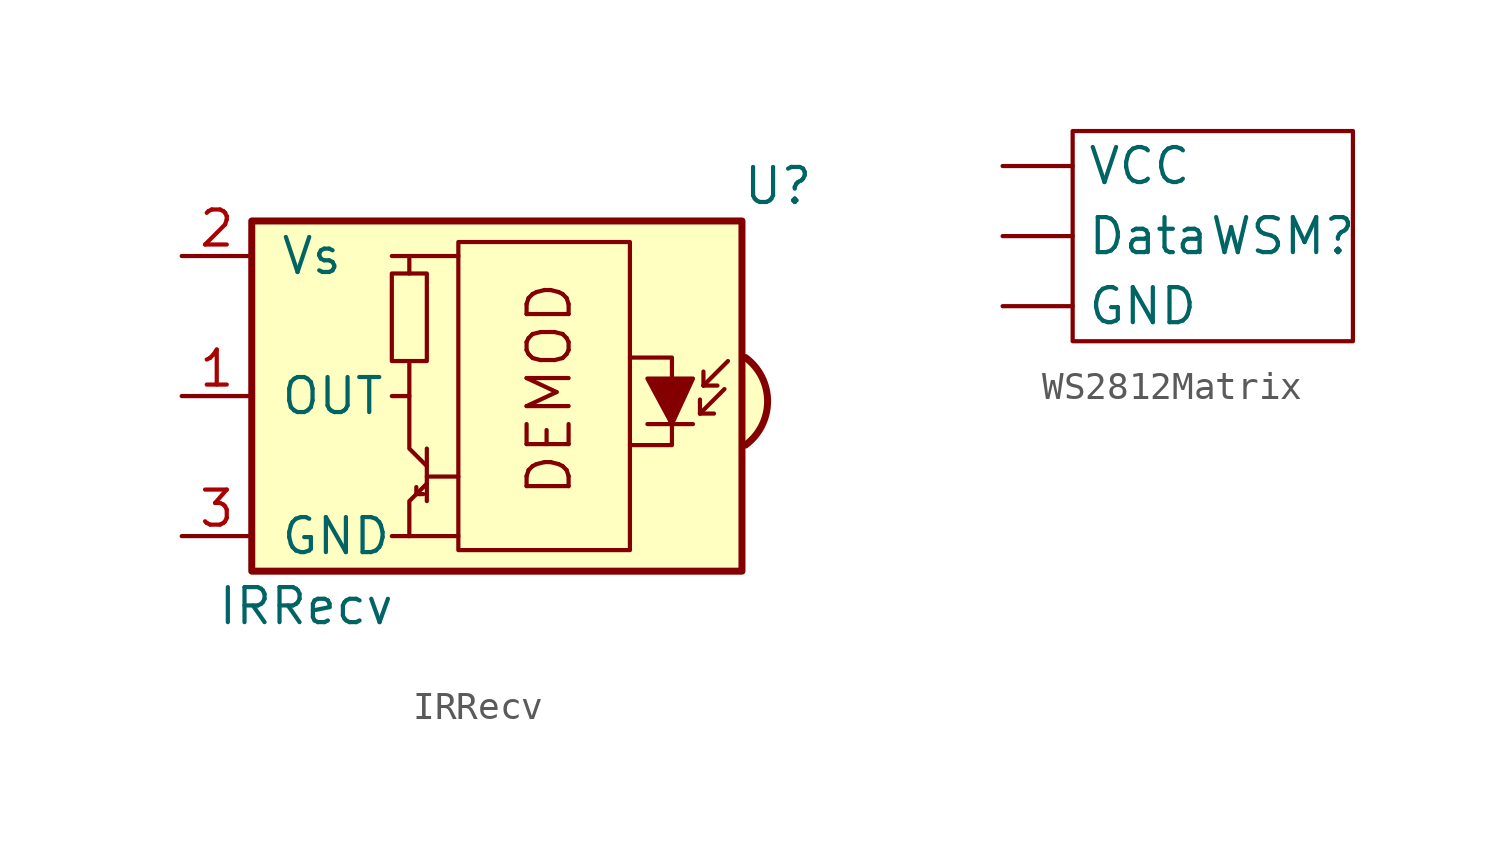
<source format=kicad_sym>
(kicad_symbol_lib
  (version 20231120)
  (generator "kicad_symbol_editor")
  (generator_version "8.0")
  (symbol "IRRecv"
    (pin_names
      (offset 1.016))
    (property "Reference" "U"
      (at 8.89 7.62 0)
      (effects (font (size 1.27 1.27)) (justify left)))
    (property "Value" "IRRecv"
      (at -10.16 -7.62 0)
      (effects (font (size 1.27 1.27)) (justify left)))
    (symbol "IRRecv_0_0"
      (polyline (pts (xy -3.175 -5.08) (xy -1.397 -5.08)) (stroke (width 0) (type default)) (fill (type none)))
      (polyline (pts (xy -3.175 5.08) (xy -1.397 5.08)) (stroke (width 0) (type default)) (fill (type none)))
      (arc (start 9.017 -1.778) (mid 9.8199 -0.1905) (end 9.017 1.397) (stroke (width 0.254) (type default)) (fill (type background)))
      (text "DEMOD" (at 1.905 0.254 900) (effects (font (size 1.524 1.524)))))
    (symbol "IRRecv_0_1"
      (rectangle (start -2.54 4.445) (end -3.81 1.27) (stroke (width 0) (type default)) (fill (type none)))
      (rectangle (start -1.397 -5.588) (end 4.826 5.588) (stroke (width 0) (type default)) (fill (type none)))
      (polyline (pts (xy -3.175 0) (xy -3.175 1.27)) (stroke (width 0) (type default)) (fill (type none)))
      (polyline (pts (xy -2.921 -3.556) (xy -2.921 -3.302)) (stroke (width 0) (type default)) (fill (type none)))
      (polyline (pts (xy -2.921 -3.556) (xy -2.794 -3.556)) (stroke (width 0) (type default)) (fill (type none)))
      (polyline (pts (xy -2.667 -3.556) (xy -2.794 -3.556)) (stroke (width 0) (type default)) (fill (type none)))
      (polyline (pts (xy -2.54 -2.921) (xy -1.397 -2.921)) (stroke (width 0) (type default)) (fill (type none)))
      (polyline (pts (xy -2.54 -1.905) (xy -2.54 -3.81)) (stroke (width 0) (type default)) (fill (type none)))
      (polyline (pts (xy 7.112 -1.016) (xy 5.461 -1.016)) (stroke (width 0) (type default)) (fill (type none)))
      (polyline (pts (xy 7.366 -0.635) (xy 7.366 -0.127)) (stroke (width 0) (type default)) (fill (type none)))
      (polyline (pts (xy 7.366 -0.635) (xy 7.874 -0.635)) (stroke (width 0) (type default)) (fill (type none)))
      (polyline (pts (xy 7.366 -0.635) (xy 8.255 0.254)) (stroke (width 0) (type default)) (fill (type none)))
      (polyline (pts (xy 7.493 0.381) (xy 7.493 0.889)) (stroke (width 0) (type default)) (fill (type none)))
      (polyline (pts (xy 7.493 0.381) (xy 8.001 0.381)) (stroke (width 0) (type default)) (fill (type none)))
      (polyline (pts (xy 7.493 0.381) (xy 8.382 1.27)) (stroke (width 0) (type default)) (fill (type none)))
      (polyline (pts (xy -3.175 4.445) (xy -3.175 5.08) (xy -3.81 5.08)) (stroke (width 0) (type default)) (fill (type none)))
      (polyline (pts (xy -2.54 -3.175) (xy -3.175 -3.81) (xy -3.175 -5.08) (xy -3.81 -5.08)) (stroke (width 0) (type default)) (fill (type none)))
      (polyline (pts (xy -2.54 -2.54) (xy -3.175 -1.905) (xy -3.175 0) (xy -3.81 0)) (stroke (width 0) (type default)) (fill (type none)))
      (polyline (pts (xy 4.826 1.397) (xy 6.35 1.397) (xy 6.35 -1.778) (xy 4.826 -1.778)) (stroke (width 0) (type default)) (fill (type none)))
      (polyline (pts (xy 7.112 0.635) (xy 5.461 0.635) (xy 6.35 -1.016) (xy 7.112 0.635)) (stroke (width 0) (type default)) (fill (type outline)))
      (rectangle (start 8.89 -6.35) (end -8.89 6.35) (stroke (width 0.254) (type default)) (fill (type background))))
    (symbol "IRRecv_1_1"
      (pin output line (at -11.43 0 0) (length 2.54) (name "OUT" (effects (font (size 1.27 1.27)))) (number "1" (effects (font (size 1.27 1.27)))))
      (pin power_in line (at -11.43 5.08 0) (length 2.54) (name "Vs" (effects (font (size 1.27 1.27)))) (number "2" (effects (font (size 1.27 1.27)))))
      (pin power_in line (at -11.43 -5.08 0) (length 2.54) (name "GND" (effects (font (size 1.27 1.27)))) (number "3" (effects (font (size 1.27 1.27)))))))
  (symbol "WS2812Matrix"
    (property "Reference" "WSM"
      (at 5.08 0 0)
      (effects (font (size 1.27 1.27))))
    (property "Value" ""
      (at 0 0 0)
      (effects (font (size 1.27 1.27))))
    (symbol "WS2812Matrix_0_1"
      (rectangle (start -2.54 3.81) (end 7.62 -3.81) (stroke (width 0) (type default)) (fill (type none))))
    (symbol "WS2812Matrix_1_1"
      (pin input line (at -5.08 0 0) (length 2.54) (name "Data" (effects (font (size 1.27 1.27)))) (number "" (effects (font (size 1.27 1.27)))))
      (pin power_in line (at -5.08 -2.54 0) (length 2.54) (name "GND" (effects (font (size 1.27 1.27)))) (number "" (effects (font (size 1.27 1.27)))))
      (pin power_in line (at -5.08 2.54 0) (length 2.54) (name "VCC" (effects (font (size 1.27 1.27)))) (number "" (effects (font (size 1.27 1.27))))))))
</source>
